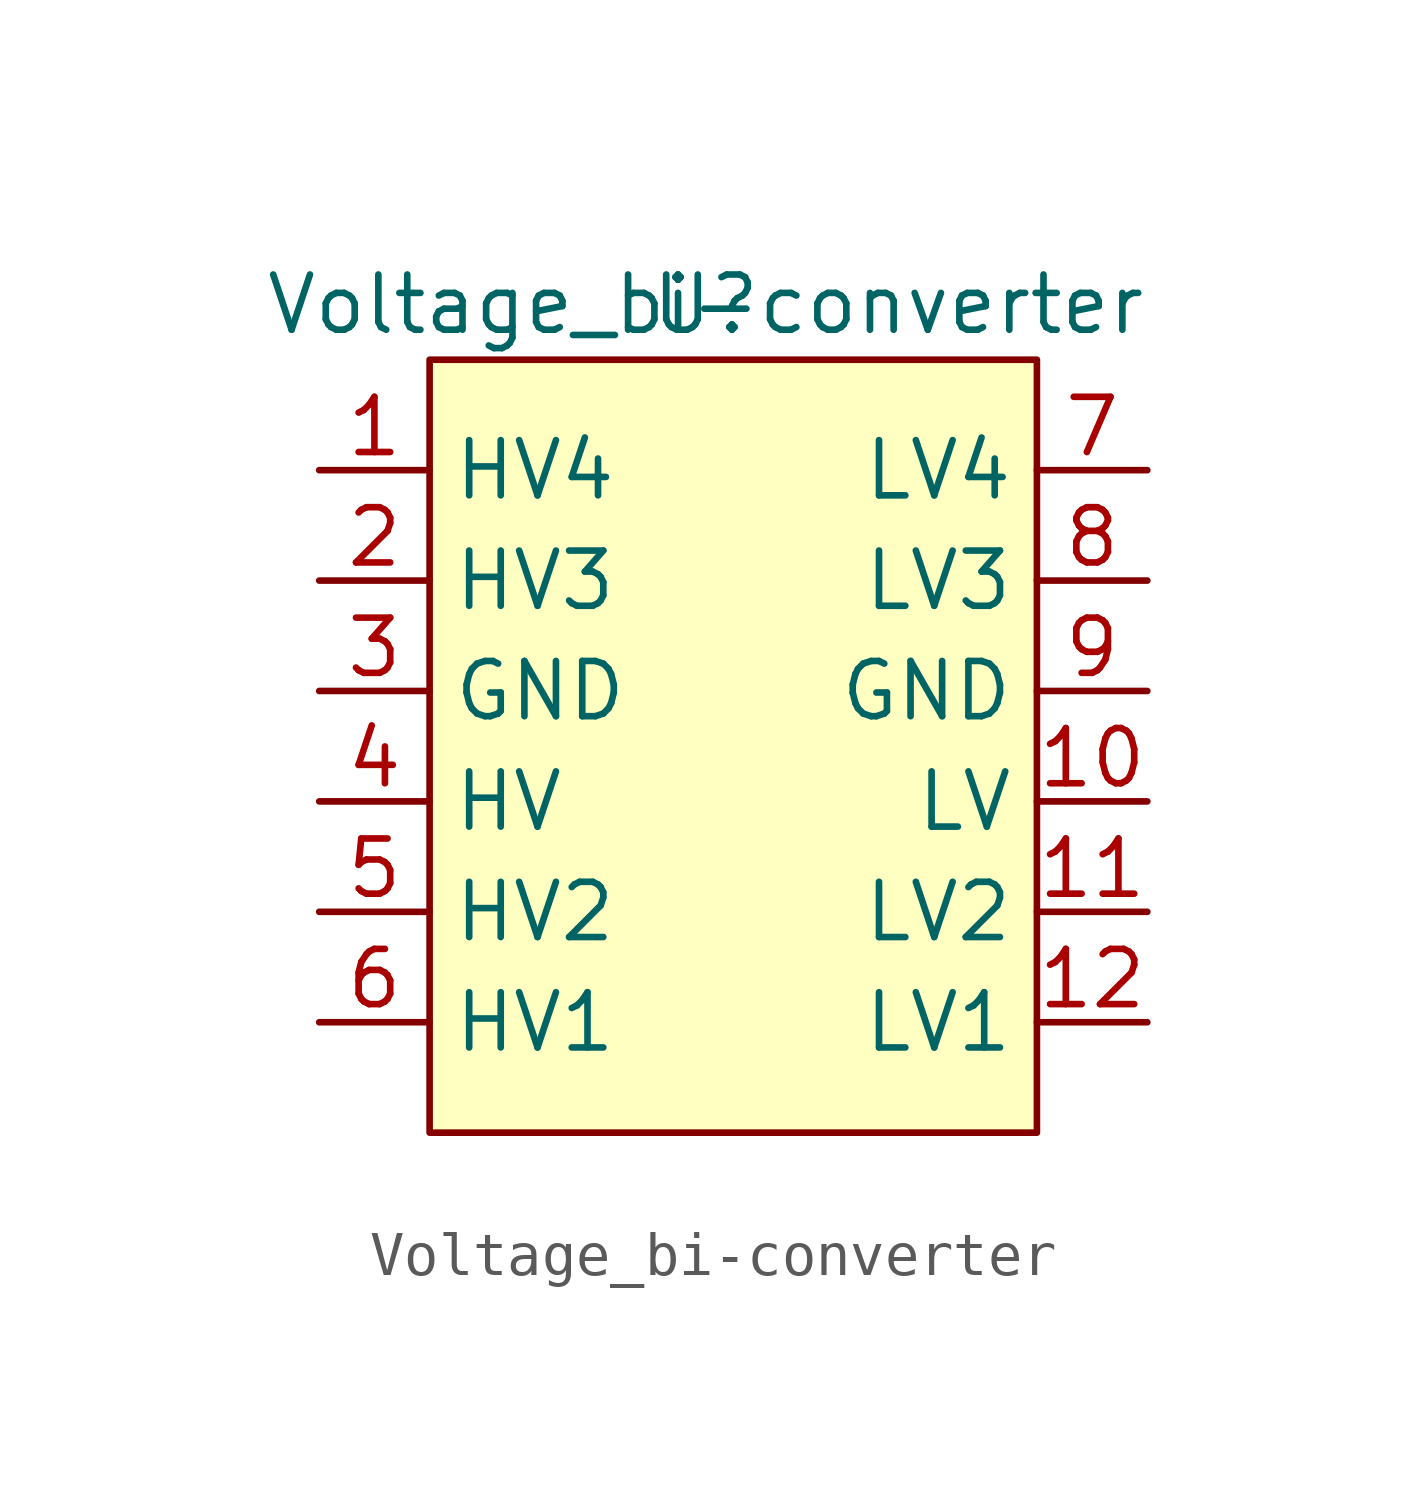
<source format=kicad_sym>
(kicad_symbol_lib
  (version 20211014)
  (generator kicad_symbol_editor)
  (symbol "Voltage_bi-converter"
    (property "Reference" "U"
      (at 0 0 0)
      (effects (font (size 1.27 1.27))))
    (property "Value" "Voltage_bi-converter"
      (at 0 0 0)
      (effects (font (size 1.27 1.27))))
    (symbol "Voltage_bi-converter_0_1"
      (rectangle (start -6.35 -1.27) (end 7.62 -19.05) (stroke (width 0) (type default) (color 0 0 0 0)) (fill (type background))))
    (symbol "Voltage_bi-converter_1_1"
      (pin bidirectional line (at -8.89 -3.81 0) (length 2.54) (name "HV4" (effects (font (size 1.27 1.27)))) (number "1" (effects (font (size 1.27 1.27)))))
      (pin bidirectional line (at 10.16 -11.43 180) (length 2.54) (name "LV" (effects (font (size 1.27 1.27)))) (number "10" (effects (font (size 1.27 1.27)))))
      (pin bidirectional line (at 10.16 -13.97 180) (length 2.54) (name "LV2" (effects (font (size 1.27 1.27)))) (number "11" (effects (font (size 1.27 1.27)))))
      (pin bidirectional line (at 10.16 -16.51 180) (length 2.54) (name "LV1" (effects (font (size 1.27 1.27)))) (number "12" (effects (font (size 1.27 1.27)))))
      (pin bidirectional line (at -8.89 -6.35 0) (length 2.54) (name "HV3" (effects (font (size 1.27 1.27)))) (number "2" (effects (font (size 1.27 1.27)))))
      (pin bidirectional line (at -8.89 -8.89 0) (length 2.54) (name "GND" (effects (font (size 1.27 1.27)))) (number "3" (effects (font (size 1.27 1.27)))))
      (pin bidirectional line (at -8.89 -11.43 0) (length 2.54) (name "HV" (effects (font (size 1.27 1.27)))) (number "4" (effects (font (size 1.27 1.27)))))
      (pin bidirectional line (at -8.89 -13.97 0) (length 2.54) (name "HV2" (effects (font (size 1.27 1.27)))) (number "5" (effects (font (size 1.27 1.27)))))
      (pin bidirectional line (at -8.89 -16.51 0) (length 2.54) (name "HV1" (effects (font (size 1.27 1.27)))) (number "6" (effects (font (size 1.27 1.27)))))
      (pin bidirectional line (at 10.16 -3.81 180) (length 2.54) (name "LV4" (effects (font (size 1.27 1.27)))) (number "7" (effects (font (size 1.27 1.27)))))
      (pin bidirectional line (at 10.16 -6.35 180) (length 2.54) (name "LV3" (effects (font (size 1.27 1.27)))) (number "8" (effects (font (size 1.27 1.27)))))
      (pin bidirectional line (at 10.16 -8.89 180) (length 2.54) (name "GND" (effects (font (size 1.27 1.27)))) (number "9" (effects (font (size 1.27 1.27))))))))
</source>
